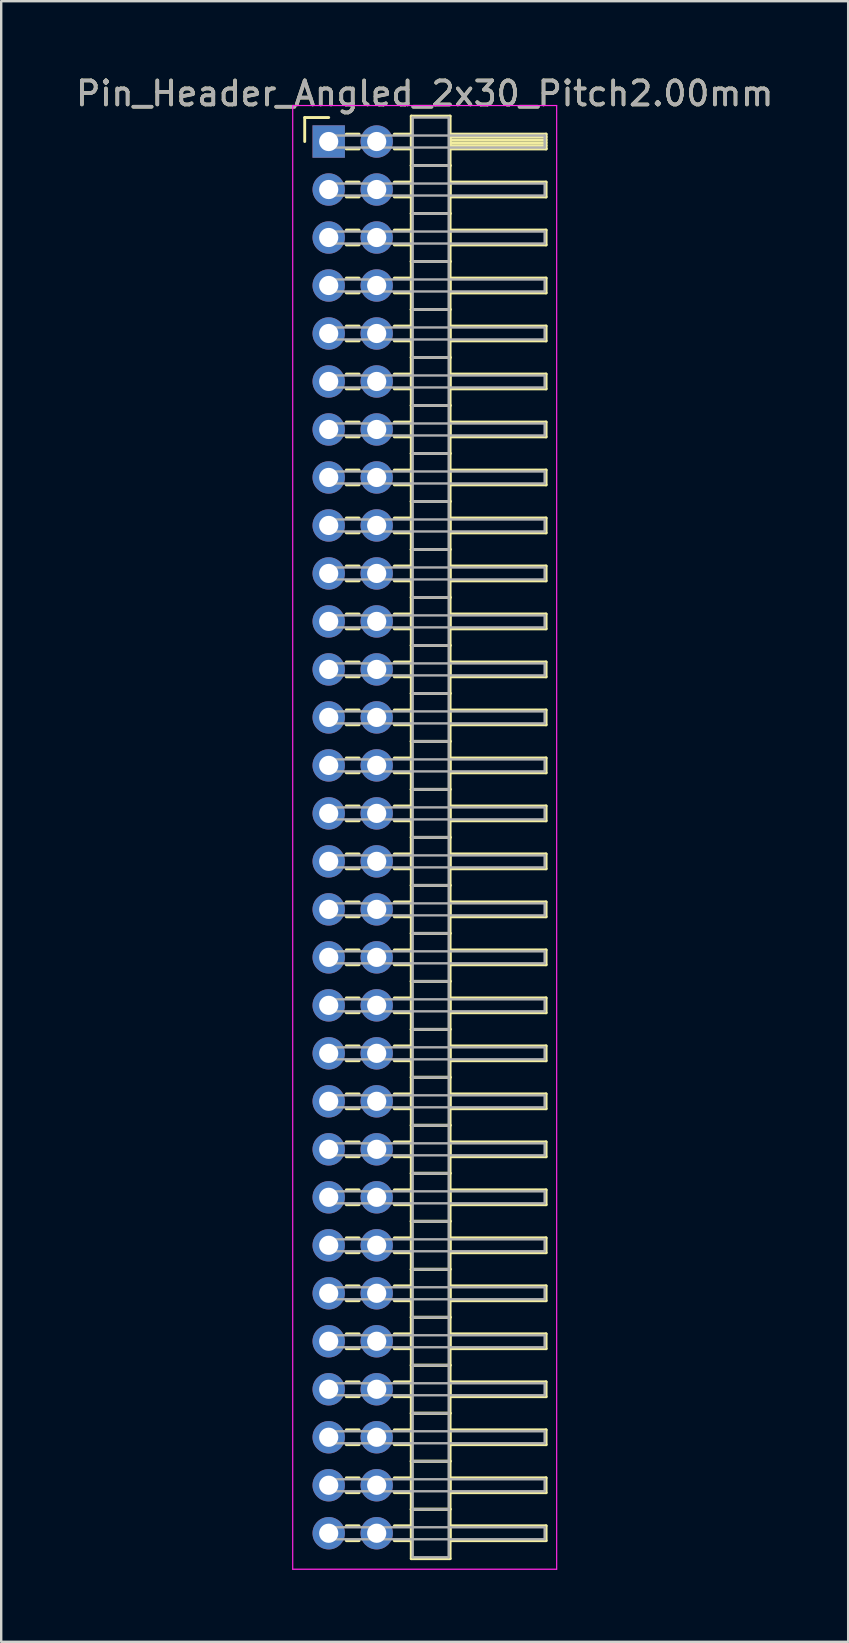
<source format=kicad_pcb>
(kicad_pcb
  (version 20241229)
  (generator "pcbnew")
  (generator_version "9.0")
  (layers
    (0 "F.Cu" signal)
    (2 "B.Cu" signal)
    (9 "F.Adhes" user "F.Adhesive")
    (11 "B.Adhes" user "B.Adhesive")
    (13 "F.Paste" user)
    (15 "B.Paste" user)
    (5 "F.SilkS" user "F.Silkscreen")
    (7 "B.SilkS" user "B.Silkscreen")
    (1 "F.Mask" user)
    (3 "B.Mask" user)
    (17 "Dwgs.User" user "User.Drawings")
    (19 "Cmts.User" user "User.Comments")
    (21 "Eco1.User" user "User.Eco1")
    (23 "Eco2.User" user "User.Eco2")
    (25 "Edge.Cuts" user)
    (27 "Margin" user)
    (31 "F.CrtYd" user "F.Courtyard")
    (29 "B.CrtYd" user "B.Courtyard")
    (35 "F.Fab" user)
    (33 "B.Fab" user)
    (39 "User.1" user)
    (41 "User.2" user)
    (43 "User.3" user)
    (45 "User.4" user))
  (footprint "Pin_Header_Angled_2x30_Pitch2.00mm"
    (layer "F.Cu")
    (at 10.649 2.848)
    (property "Reference" "Pin_Header_Angled_2x30_Pitch2.00mm" (at 4 -2 0) (layer "F.SilkS") (effects (font (size 1 1) (thickness 0.15))))
    (attr through_hole)
    (fp_line (start -1 -1) (end 0 -1) (stroke (width 0.12) (type solid)) (layer "F.SilkS"))
    (fp_line (start -1 0) (end -1 -1) (stroke (width 0.12) (type solid)) (layer "F.SilkS"))
    (fp_line (start 0.735 -0.31) (end 1.265 -0.31) (stroke (width 0.12) (type solid)) (layer "F.SilkS"))
    (fp_line (start 0.735 0.31) (end 1.265 0.31) (stroke (width 0.12) (type solid)) (layer "F.SilkS"))
    (fp_line (start 0.735 1.69) (end 1.265 1.69) (stroke (width 0.12) (type solid)) (layer "F.SilkS"))
    (fp_line (start 0.735 2.31) (end 1.265 2.31) (stroke (width 0.12) (type solid)) (layer "F.SilkS"))
    (fp_line (start 0.735 3.69) (end 1.265 3.69) (stroke (width 0.12) (type solid)) (layer "F.SilkS"))
    (fp_line (start 0.735 4.31) (end 1.265 4.31) (stroke (width 0.12) (type solid)) (layer "F.SilkS"))
    (fp_line (start 0.735 5.69) (end 1.265 5.69) (stroke (width 0.12) (type solid)) (layer "F.SilkS"))
    (fp_line (start 0.735 6.31) (end 1.265 6.31) (stroke (width 0.12) (type solid)) (layer "F.SilkS"))
    (fp_line (start 0.735 7.69) (end 1.265 7.69) (stroke (width 0.12) (type solid)) (layer "F.SilkS"))
    (fp_line (start 0.735 8.31) (end 1.265 8.31) (stroke (width 0.12) (type solid)) (layer "F.SilkS"))
    (fp_line (start 0.735 9.69) (end 1.265 9.69) (stroke (width 0.12) (type solid)) (layer "F.SilkS"))
    (fp_line (start 0.735 10.31) (end 1.265 10.31) (stroke (width 0.12) (type solid)) (layer "F.SilkS"))
    (fp_line (start 0.735 11.69) (end 1.265 11.69) (stroke (width 0.12) (type solid)) (layer "F.SilkS"))
    (fp_line (start 0.735 12.31) (end 1.265 12.31) (stroke (width 0.12) (type solid)) (layer "F.SilkS"))
    (fp_line (start 0.735 13.69) (end 1.265 13.69) (stroke (width 0.12) (type solid)) (layer "F.SilkS"))
    (fp_line (start 0.735 14.31) (end 1.265 14.31) (stroke (width 0.12) (type solid)) (layer "F.SilkS"))
    (fp_line (start 0.735 15.69) (end 1.265 15.69) (stroke (width 0.12) (type solid)) (layer "F.SilkS"))
    (fp_line (start 0.735 16.31) (end 1.265 16.31) (stroke (width 0.12) (type solid)) (layer "F.SilkS"))
    (fp_line (start 0.735 17.69) (end 1.265 17.69) (stroke (width 0.12) (type solid)) (layer "F.SilkS"))
    (fp_line (start 0.735 18.31) (end 1.265 18.31) (stroke (width 0.12) (type solid)) (layer "F.SilkS"))
    (fp_line (start 0.735 19.69) (end 1.265 19.69) (stroke (width 0.12) (type solid)) (layer "F.SilkS"))
    (fp_line (start 0.735 20.31) (end 1.265 20.31) (stroke (width 0.12) (type solid)) (layer "F.SilkS"))
    (fp_line (start 0.735 21.69) (end 1.265 21.69) (stroke (width 0.12) (type solid)) (layer "F.SilkS"))
    (fp_line (start 0.735 22.31) (end 1.265 22.31) (stroke (width 0.12) (type solid)) (layer "F.SilkS"))
    (fp_line (start 0.735 23.69) (end 1.265 23.69) (stroke (width 0.12) (type solid)) (layer "F.SilkS"))
    (fp_line (start 0.735 24.31) (end 1.265 24.31) (stroke (width 0.12) (type solid)) (layer "F.SilkS"))
    (fp_line (start 0.735 25.69) (end 1.265 25.69) (stroke (width 0.12) (type solid)) (layer "F.SilkS"))
    (fp_line (start 0.735 26.31) (end 1.265 26.31) (stroke (width 0.12) (type solid)) (layer "F.SilkS"))
    (fp_line (start 0.735 27.69) (end 1.265 27.69) (stroke (width 0.12) (type solid)) (layer "F.SilkS"))
    (fp_line (start 0.735 28.31) (end 1.265 28.31) (stroke (width 0.12) (type solid)) (layer "F.SilkS"))
    (fp_line (start 0.735 29.69) (end 1.265 29.69) (stroke (width 0.12) (type solid)) (layer "F.SilkS"))
    (fp_line (start 0.735 30.31) (end 1.265 30.31) (stroke (width 0.12) (type solid)) (layer "F.SilkS"))
    (fp_line (start 0.735 31.69) (end 1.265 31.69) (stroke (width 0.12) (type solid)) (layer "F.SilkS"))
    (fp_line (start 0.735 32.31) (end 1.265 32.31) (stroke (width 0.12) (type solid)) (layer "F.SilkS"))
    (fp_line (start 0.735 33.69) (end 1.265 33.69) (stroke (width 0.12) (type solid)) (layer "F.SilkS"))
    (fp_line (start 0.735 34.31) (end 1.265 34.31) (stroke (width 0.12) (type solid)) (layer "F.SilkS"))
    (fp_line (start 0.735 35.69) (end 1.265 35.69) (stroke (width 0.12) (type solid)) (layer "F.SilkS"))
    (fp_line (start 0.735 36.31) (end 1.265 36.31) (stroke (width 0.12) (type solid)) (layer "F.SilkS"))
    (fp_line (start 0.735 37.69) (end 1.265 37.69) (stroke (width 0.12) (type solid)) (layer "F.SilkS"))
    (fp_line (start 0.735 38.31) (end 1.265 38.31) (stroke (width 0.12) (type solid)) (layer "F.SilkS"))
    (fp_line (start 0.735 39.69) (end 1.265 39.69) (stroke (width 0.12) (type solid)) (layer "F.SilkS"))
    (fp_line (start 0.735 40.31) (end 1.265 40.31) (stroke (width 0.12) (type solid)) (layer "F.SilkS"))
    (fp_line (start 0.735 41.69) (end 1.265 41.69) (stroke (width 0.12) (type solid)) (layer "F.SilkS"))
    (fp_line (start 0.735 42.31) (end 1.265 42.31) (stroke (width 0.12) (type solid)) (layer "F.SilkS"))
    (fp_line (start 0.735 43.69) (end 1.265 43.69) (stroke (width 0.12) (type solid)) (layer "F.SilkS"))
    (fp_line (start 0.735 44.31) (end 1.265 44.31) (stroke (width 0.12) (type solid)) (layer "F.SilkS"))
    (fp_line (start 0.735 45.69) (end 1.265 45.69) (stroke (width 0.12) (type solid)) (layer "F.SilkS"))
    (fp_line (start 0.735 46.31) (end 1.265 46.31) (stroke (width 0.12) (type solid)) (layer "F.SilkS"))
    (fp_line (start 0.735 47.69) (end 1.265 47.69) (stroke (width 0.12) (type solid)) (layer "F.SilkS"))
    (fp_line (start 0.735 48.31) (end 1.265 48.31) (stroke (width 0.12) (type solid)) (layer "F.SilkS"))
    (fp_line (start 0.735 49.69) (end 1.265 49.69) (stroke (width 0.12) (type solid)) (layer "F.SilkS"))
    (fp_line (start 0.735 50.31) (end 1.265 50.31) (stroke (width 0.12) (type solid)) (layer "F.SilkS"))
    (fp_line (start 0.735 51.69) (end 1.265 51.69) (stroke (width 0.12) (type solid)) (layer "F.SilkS"))
    (fp_line (start 0.735 52.31) (end 1.265 52.31) (stroke (width 0.12) (type solid)) (layer "F.SilkS"))
    (fp_line (start 0.735 53.69) (end 1.265 53.69) (stroke (width 0.12) (type solid)) (layer "F.SilkS"))
    (fp_line (start 0.735 54.31) (end 1.265 54.31) (stroke (width 0.12) (type solid)) (layer "F.SilkS"))
    (fp_line (start 0.735 55.69) (end 1.265 55.69) (stroke (width 0.12) (type solid)) (layer "F.SilkS"))
    (fp_line (start 0.735 56.31) (end 1.265 56.31) (stroke (width 0.12) (type solid)) (layer "F.SilkS"))
    (fp_line (start 0.735 57.69) (end 1.265 57.69) (stroke (width 0.12) (type solid)) (layer "F.SilkS"))
    (fp_line (start 0.735 58.31) (end 1.265 58.31) (stroke (width 0.12) (type solid)) (layer "F.SilkS"))
    (fp_line (start 2.735 -0.31) (end 3.44 -0.31) (stroke (width 0.12) (type solid)) (layer "F.SilkS"))
    (fp_line (start 2.735 0.31) (end 3.44 0.31) (stroke (width 0.12) (type solid)) (layer "F.SilkS"))
    (fp_line (start 2.735 1.69) (end 3.44 1.69) (stroke (width 0.12) (type solid)) (layer "F.SilkS"))
    (fp_line (start 2.735 2.31) (end 3.44 2.31) (stroke (width 0.12) (type solid)) (layer "F.SilkS"))
    (fp_line (start 2.735 3.69) (end 3.44 3.69) (stroke (width 0.12) (type solid)) (layer "F.SilkS"))
    (fp_line (start 2.735 4.31) (end 3.44 4.31) (stroke (width 0.12) (type solid)) (layer "F.SilkS"))
    (fp_line (start 2.735 5.69) (end 3.44 5.69) (stroke (width 0.12) (type solid)) (layer "F.SilkS"))
    (fp_line (start 2.735 6.31) (end 3.44 6.31) (stroke (width 0.12) (type solid)) (layer "F.SilkS"))
    (fp_line (start 2.735 7.69) (end 3.44 7.69) (stroke (width 0.12) (type solid)) (layer "F.SilkS"))
    (fp_line (start 2.735 8.31) (end 3.44 8.31) (stroke (width 0.12) (type solid)) (layer "F.SilkS"))
    (fp_line (start 2.735 9.69) (end 3.44 9.69) (stroke (width 0.12) (type solid)) (layer "F.SilkS"))
    (fp_line (start 2.735 10.31) (end 3.44 10.31) (stroke (width 0.12) (type solid)) (layer "F.SilkS"))
    (fp_line (start 2.735 11.69) (end 3.44 11.69) (stroke (width 0.12) (type solid)) (layer "F.SilkS"))
    (fp_line (start 2.735 12.31) (end 3.44 12.31) (stroke (width 0.12) (type solid)) (layer "F.SilkS"))
    (fp_line (start 2.735 13.69) (end 3.44 13.69) (stroke (width 0.12) (type solid)) (layer "F.SilkS"))
    (fp_line (start 2.735 14.31) (end 3.44 14.31) (stroke (width 0.12) (type solid)) (layer "F.SilkS"))
    (fp_line (start 2.735 15.69) (end 3.44 15.69) (stroke (width 0.12) (type solid)) (layer "F.SilkS"))
    (fp_line (start 2.735 16.31) (end 3.44 16.31) (stroke (width 0.12) (type solid)) (layer "F.SilkS"))
    (fp_line (start 2.735 17.69) (end 3.44 17.69) (stroke (width 0.12) (type solid)) (layer "F.SilkS"))
    (fp_line (start 2.735 18.31) (end 3.44 18.31) (stroke (width 0.12) (type solid)) (layer "F.SilkS"))
    (fp_line (start 2.735 19.69) (end 3.44 19.69) (stroke (width 0.12) (type solid)) (layer "F.SilkS"))
    (fp_line (start 2.735 20.31) (end 3.44 20.31) (stroke (width 0.12) (type solid)) (layer "F.SilkS"))
    (fp_line (start 2.735 21.69) (end 3.44 21.69) (stroke (width 0.12) (type solid)) (layer "F.SilkS"))
    (fp_line (start 2.735 22.31) (end 3.44 22.31) (stroke (width 0.12) (type solid)) (layer "F.SilkS"))
    (fp_line (start 2.735 23.69) (end 3.44 23.69) (stroke (width 0.12) (type solid)) (layer "F.SilkS"))
    (fp_line (start 2.735 24.31) (end 3.44 24.31) (stroke (width 0.12) (type solid)) (layer "F.SilkS"))
    (fp_line (start 2.735 25.69) (end 3.44 25.69) (stroke (width 0.12) (type solid)) (layer "F.SilkS"))
    (fp_line (start 2.735 26.31) (end 3.44 26.31) (stroke (width 0.12) (type solid)) (layer "F.SilkS"))
    (fp_line (start 2.735 27.69) (end 3.44 27.69) (stroke (width 0.12) (type solid)) (layer "F.SilkS"))
    (fp_line (start 2.735 28.31) (end 3.44 28.31) (stroke (width 0.12) (type solid)) (layer "F.SilkS"))
    (fp_line (start 2.735 29.69) (end 3.44 29.69) (stroke (width 0.12) (type solid)) (layer "F.SilkS"))
    (fp_line (start 2.735 30.31) (end 3.44 30.31) (stroke (width 0.12) (type solid)) (layer "F.SilkS"))
    (fp_line (start 2.735 31.69) (end 3.44 31.69) (stroke (width 0.12) (type solid)) (layer "F.SilkS"))
    (fp_line (start 2.735 32.31) (end 3.44 32.31) (stroke (width 0.12) (type solid)) (layer "F.SilkS"))
    (fp_line (start 2.735 33.69) (end 3.44 33.69) (stroke (width 0.12) (type solid)) (layer "F.SilkS"))
    (fp_line (start 2.735 34.31) (end 3.44 34.31) (stroke (width 0.12) (type solid)) (layer "F.SilkS"))
    (fp_line (start 2.735 35.69) (end 3.44 35.69) (stroke (width 0.12) (type solid)) (layer "F.SilkS"))
    (fp_line (start 2.735 36.31) (end 3.44 36.31) (stroke (width 0.12) (type solid)) (layer "F.SilkS"))
    (fp_line (start 2.735 37.69) (end 3.44 37.69) (stroke (width 0.12) (type solid)) (layer "F.SilkS"))
    (fp_line (start 2.735 38.31) (end 3.44 38.31) (stroke (width 0.12) (type solid)) (layer "F.SilkS"))
    (fp_line (start 2.735 39.69) (end 3.44 39.69) (stroke (width 0.12) (type solid)) (layer "F.SilkS"))
    (fp_line (start 2.735 40.31) (end 3.44 40.31) (stroke (width 0.12) (type solid)) (layer "F.SilkS"))
    (fp_line (start 2.735 41.69) (end 3.44 41.69) (stroke (width 0.12) (type solid)) (layer "F.SilkS"))
    (fp_line (start 2.735 42.31) (end 3.44 42.31) (stroke (width 0.12) (type solid)) (layer "F.SilkS"))
    (fp_line (start 2.735 43.69) (end 3.44 43.69) (stroke (width 0.12) (type solid)) (layer "F.SilkS"))
    (fp_line (start 2.735 44.31) (end 3.44 44.31) (stroke (width 0.12) (type solid)) (layer "F.SilkS"))
    (fp_line (start 2.735 45.69) (end 3.44 45.69) (stroke (width 0.12) (type solid)) (layer "F.SilkS"))
    (fp_line (start 2.735 46.31) (end 3.44 46.31) (stroke (width 0.12) (type solid)) (layer "F.SilkS"))
    (fp_line (start 2.735 47.69) (end 3.44 47.69) (stroke (width 0.12) (type solid)) (layer "F.SilkS"))
    (fp_line (start 2.735 48.31) (end 3.44 48.31) (stroke (width 0.12) (type solid)) (layer "F.SilkS"))
    (fp_line (start 2.735 49.69) (end 3.44 49.69) (stroke (width 0.12) (type solid)) (layer "F.SilkS"))
    (fp_line (start 2.735 50.31) (end 3.44 50.31) (stroke (width 0.12) (type solid)) (layer "F.SilkS"))
    (fp_line (start 2.735 51.69) (end 3.44 51.69) (stroke (width 0.12) (type solid)) (layer "F.SilkS"))
    (fp_line (start 2.735 52.31) (end 3.44 52.31) (stroke (width 0.12) (type solid)) (layer "F.SilkS"))
    (fp_line (start 2.735 53.69) (end 3.44 53.69) (stroke (width 0.12) (type solid)) (layer "F.SilkS"))
    (fp_line (start 2.735 54.31) (end 3.44 54.31) (stroke (width 0.12) (type solid)) (layer "F.SilkS"))
    (fp_line (start 2.735 55.69) (end 3.44 55.69) (stroke (width 0.12) (type solid)) (layer "F.SilkS"))
    (fp_line (start 2.735 56.31) (end 3.44 56.31) (stroke (width 0.12) (type solid)) (layer "F.SilkS"))
    (fp_line (start 2.735 57.69) (end 3.44 57.69) (stroke (width 0.12) (type solid)) (layer "F.SilkS"))
    (fp_line (start 2.735 58.31) (end 3.44 58.31) (stroke (width 0.12) (type solid)) (layer "F.SilkS"))
    (fp_line (start 3.44 -1.06) (end 3.44 1) (stroke (width 0.12) (type solid)) (layer "F.SilkS"))
    (fp_line (start 3.44 1) (end 3.44 3) (stroke (width 0.12) (type solid)) (layer "F.SilkS"))
    (fp_line (start 3.44 1) (end 5.06 1) (stroke (width 0.12) (type solid)) (layer "F.SilkS"))
    (fp_line (start 3.44 3) (end 3.44 5) (stroke (width 0.12) (type solid)) (layer "F.SilkS"))
    (fp_line (start 3.44 3) (end 5.06 3) (stroke (width 0.12) (type solid)) (layer "F.SilkS"))
    (fp_line (start 3.44 5) (end 3.44 7) (stroke (width 0.12) (type solid)) (layer "F.SilkS"))
    (fp_line (start 3.44 5) (end 5.06 5) (stroke (width 0.12) (type solid)) (layer "F.SilkS"))
    (fp_line (start 3.44 7) (end 3.44 9) (stroke (width 0.12) (type solid)) (layer "F.SilkS"))
    (fp_line (start 3.44 7) (end 5.06 7) (stroke (width 0.12) (type solid)) (layer "F.SilkS"))
    (fp_line (start 3.44 9) (end 3.44 11) (stroke (width 0.12) (type solid)) (layer "F.SilkS"))
    (fp_line (start 3.44 9) (end 5.06 9) (stroke (width 0.12) (type solid)) (layer "F.SilkS"))
    (fp_line (start 3.44 11) (end 3.44 13) (stroke (width 0.12) (type solid)) (layer "F.SilkS"))
    (fp_line (start 3.44 11) (end 5.06 11) (stroke (width 0.12) (type solid)) (layer "F.SilkS"))
    (fp_line (start 3.44 13) (end 3.44 15) (stroke (width 0.12) (type solid)) (layer "F.SilkS"))
    (fp_line (start 3.44 13) (end 5.06 13) (stroke (width 0.12) (type solid)) (layer "F.SilkS"))
    (fp_line (start 3.44 15) (end 3.44 17) (stroke (width 0.12) (type solid)) (layer "F.SilkS"))
    (fp_line (start 3.44 15) (end 5.06 15) (stroke (width 0.12) (type solid)) (layer "F.SilkS"))
    (fp_line (start 3.44 17) (end 3.44 19) (stroke (width 0.12) (type solid)) (layer "F.SilkS"))
    (fp_line (start 3.44 17) (end 5.06 17) (stroke (width 0.12) (type solid)) (layer "F.SilkS"))
    (fp_line (start 3.44 19) (end 3.44 21) (stroke (width 0.12) (type solid)) (layer "F.SilkS"))
    (fp_line (start 3.44 19) (end 5.06 19) (stroke (width 0.12) (type solid)) (layer "F.SilkS"))
    (fp_line (start 3.44 21) (end 3.44 23) (stroke (width 0.12) (type solid)) (layer "F.SilkS"))
    (fp_line (start 3.44 21) (end 5.06 21) (stroke (width 0.12) (type solid)) (layer "F.SilkS"))
    (fp_line (start 3.44 23) (end 3.44 25) (stroke (width 0.12) (type solid)) (layer "F.SilkS"))
    (fp_line (start 3.44 23) (end 5.06 23) (stroke (width 0.12) (type solid)) (layer "F.SilkS"))
    (fp_line (start 3.44 25) (end 3.44 27) (stroke (width 0.12) (type solid)) (layer "F.SilkS"))
    (fp_line (start 3.44 25) (end 5.06 25) (stroke (width 0.12) (type solid)) (layer "F.SilkS"))
    (fp_line (start 3.44 27) (end 3.44 29) (stroke (width 0.12) (type solid)) (layer "F.SilkS"))
    (fp_line (start 3.44 27) (end 5.06 27) (stroke (width 0.12) (type solid)) (layer "F.SilkS"))
    (fp_line (start 3.44 29) (end 3.44 31) (stroke (width 0.12) (type solid)) (layer "F.SilkS"))
    (fp_line (start 3.44 29) (end 5.06 29) (stroke (width 0.12) (type solid)) (layer "F.SilkS"))
    (fp_line (start 3.44 31) (end 3.44 33) (stroke (width 0.12) (type solid)) (layer "F.SilkS"))
    (fp_line (start 3.44 31) (end 5.06 31) (stroke (width 0.12) (type solid)) (layer "F.SilkS"))
    (fp_line (start 3.44 33) (end 3.44 35) (stroke (width 0.12) (type solid)) (layer "F.SilkS"))
    (fp_line (start 3.44 33) (end 5.06 33) (stroke (width 0.12) (type solid)) (layer "F.SilkS"))
    (fp_line (start 3.44 35) (end 3.44 37) (stroke (width 0.12) (type solid)) (layer "F.SilkS"))
    (fp_line (start 3.44 35) (end 5.06 35) (stroke (width 0.12) (type solid)) (layer "F.SilkS"))
    (fp_line (start 3.44 37) (end 3.44 39) (stroke (width 0.12) (type solid)) (layer "F.SilkS"))
    (fp_line (start 3.44 37) (end 5.06 37) (stroke (width 0.12) (type solid)) (layer "F.SilkS"))
    (fp_line (start 3.44 39) (end 3.44 41) (stroke (width 0.12) (type solid)) (layer "F.SilkS"))
    (fp_line (start 3.44 39) (end 5.06 39) (stroke (width 0.12) (type solid)) (layer "F.SilkS"))
    (fp_line (start 3.44 41) (end 3.44 43) (stroke (width 0.12) (type solid)) (layer "F.SilkS"))
    (fp_line (start 3.44 41) (end 5.06 41) (stroke (width 0.12) (type solid)) (layer "F.SilkS"))
    (fp_line (start 3.44 43) (end 3.44 45) (stroke (width 0.12) (type solid)) (layer "F.SilkS"))
    (fp_line (start 3.44 43) (end 5.06 43) (stroke (width 0.12) (type solid)) (layer "F.SilkS"))
    (fp_line (start 3.44 45) (end 3.44 47) (stroke (width 0.12) (type solid)) (layer "F.SilkS"))
    (fp_line (start 3.44 45) (end 5.06 45) (stroke (width 0.12) (type solid)) (layer "F.SilkS"))
    (fp_line (start 3.44 47) (end 3.44 49) (stroke (width 0.12) (type solid)) (layer "F.SilkS"))
    (fp_line (start 3.44 47) (end 5.06 47) (stroke (width 0.12) (type solid)) (layer "F.SilkS"))
    (fp_line (start 3.44 49) (end 3.44 51) (stroke (width 0.12) (type solid)) (layer "F.SilkS"))
    (fp_line (start 3.44 49) (end 5.06 49) (stroke (width 0.12) (type solid)) (layer "F.SilkS"))
    (fp_line (start 3.44 51) (end 3.44 53) (stroke (width 0.12) (type solid)) (layer "F.SilkS"))
    (fp_line (start 3.44 51) (end 5.06 51) (stroke (width 0.12) (type solid)) (layer "F.SilkS"))
    (fp_line (start 3.44 53) (end 3.44 55) (stroke (width 0.12) (type solid)) (layer "F.SilkS"))
    (fp_line (start 3.44 53) (end 5.06 53) (stroke (width 0.12) (type solid)) (layer "F.SilkS"))
    (fp_line (start 3.44 55) (end 3.44 57) (stroke (width 0.12) (type solid)) (layer "F.SilkS"))
    (fp_line (start 3.44 55) (end 5.06 55) (stroke (width 0.12) (type solid)) (layer "F.SilkS"))
    (fp_line (start 3.44 57) (end 3.44 59.06) (stroke (width 0.12) (type solid)) (layer "F.SilkS"))
    (fp_line (start 3.44 57) (end 5.06 57) (stroke (width 0.12) (type solid)) (layer "F.SilkS"))
    (fp_line (start 3.44 59.06) (end 5.06 59.06) (stroke (width 0.12) (type solid)) (layer "F.SilkS"))
    (fp_line (start 5.06 -1.06) (end 3.44 -1.06) (stroke (width 0.12) (type solid)) (layer "F.SilkS"))
    (fp_line (start 5.06 -0.31) (end 5.06 0.31) (stroke (width 0.12) (type solid)) (layer "F.SilkS"))
    (fp_line (start 5.06 -0.19) (end 9.06 -0.19) (stroke (width 0.12) (type solid)) (layer "F.SilkS"))
    (fp_line (start 5.06 -0.07) (end 9.06 -0.07) (stroke (width 0.12) (type solid)) (layer "F.SilkS"))
    (fp_line (start 5.06 0.05) (end 9.06 0.05) (stroke (width 0.12) (type solid)) (layer "F.SilkS"))
    (fp_line (start 5.06 0.17) (end 9.06 0.17) (stroke (width 0.12) (type solid)) (layer "F.SilkS"))
    (fp_line (start 5.06 0.29) (end 9.06 0.29) (stroke (width 0.12) (type solid)) (layer "F.SilkS"))
    (fp_line (start 5.06 0.31) (end 9.06 0.31) (stroke (width 0.12) (type solid)) (layer "F.SilkS"))
    (fp_line (start 5.06 1) (end 3.44 1) (stroke (width 0.12) (type solid)) (layer "F.SilkS"))
    (fp_line (start 5.06 1) (end 5.06 -1.06) (stroke (width 0.12) (type solid)) (layer "F.SilkS"))
    (fp_line (start 5.06 1.69) (end 5.06 2.31) (stroke (width 0.12) (type solid)) (layer "F.SilkS"))
    (fp_line (start 5.06 2.31) (end 9.06 2.31) (stroke (width 0.12) (type solid)) (layer "F.SilkS"))
    (fp_line (start 5.06 3) (end 3.44 3) (stroke (width 0.12) (type solid)) (layer "F.SilkS"))
    (fp_line (start 5.06 3) (end 5.06 1) (stroke (width 0.12) (type solid)) (layer "F.SilkS"))
    (fp_line (start 5.06 3.69) (end 5.06 4.31) (stroke (width 0.12) (type solid)) (layer "F.SilkS"))
    (fp_line (start 5.06 4.31) (end 9.06 4.31) (stroke (width 0.12) (type solid)) (layer "F.SilkS"))
    (fp_line (start 5.06 5) (end 3.44 5) (stroke (width 0.12) (type solid)) (layer "F.SilkS"))
    (fp_line (start 5.06 5) (end 5.06 3) (stroke (width 0.12) (type solid)) (layer "F.SilkS"))
    (fp_line (start 5.06 5.69) (end 5.06 6.31) (stroke (width 0.12) (type solid)) (layer "F.SilkS"))
    (fp_line (start 5.06 6.31) (end 9.06 6.31) (stroke (width 0.12) (type solid)) (layer "F.SilkS"))
    (fp_line (start 5.06 7) (end 3.44 7) (stroke (width 0.12) (type solid)) (layer "F.SilkS"))
    (fp_line (start 5.06 7) (end 5.06 5) (stroke (width 0.12) (type solid)) (layer "F.SilkS"))
    (fp_line (start 5.06 7.69) (end 5.06 8.31) (stroke (width 0.12) (type solid)) (layer "F.SilkS"))
    (fp_line (start 5.06 8.31) (end 9.06 8.31) (stroke (width 0.12) (type solid)) (layer "F.SilkS"))
    (fp_line (start 5.06 9) (end 3.44 9) (stroke (width 0.12) (type solid)) (layer "F.SilkS"))
    (fp_line (start 5.06 9) (end 5.06 7) (stroke (width 0.12) (type solid)) (layer "F.SilkS"))
    (fp_line (start 5.06 9.69) (end 5.06 10.31) (stroke (width 0.12) (type solid)) (layer "F.SilkS"))
    (fp_line (start 5.06 10.31) (end 9.06 10.31) (stroke (width 0.12) (type solid)) (layer "F.SilkS"))
    (fp_line (start 5.06 11) (end 3.44 11) (stroke (width 0.12) (type solid)) (layer "F.SilkS"))
    (fp_line (start 5.06 11) (end 5.06 9) (stroke (width 0.12) (type solid)) (layer "F.SilkS"))
    (fp_line (start 5.06 11.69) (end 5.06 12.31) (stroke (width 0.12) (type solid)) (layer "F.SilkS"))
    (fp_line (start 5.06 12.31) (end 9.06 12.31) (stroke (width 0.12) (type solid)) (layer "F.SilkS"))
    (fp_line (start 5.06 13) (end 3.44 13) (stroke (width 0.12) (type solid)) (layer "F.SilkS"))
    (fp_line (start 5.06 13) (end 5.06 11) (stroke (width 0.12) (type solid)) (layer "F.SilkS"))
    (fp_line (start 5.06 13.69) (end 5.06 14.31) (stroke (width 0.12) (type solid)) (layer "F.SilkS"))
    (fp_line (start 5.06 14.31) (end 9.06 14.31) (stroke (width 0.12) (type solid)) (layer "F.SilkS"))
    (fp_line (start 5.06 15) (end 3.44 15) (stroke (width 0.12) (type solid)) (layer "F.SilkS"))
    (fp_line (start 5.06 15) (end 5.06 13) (stroke (width 0.12) (type solid)) (layer "F.SilkS"))
    (fp_line (start 5.06 15.69) (end 5.06 16.31) (stroke (width 0.12) (type solid)) (layer "F.SilkS"))
    (fp_line (start 5.06 16.31) (end 9.06 16.31) (stroke (width 0.12) (type solid)) (layer "F.SilkS"))
    (fp_line (start 5.06 17) (end 3.44 17) (stroke (width 0.12) (type solid)) (layer "F.SilkS"))
    (fp_line (start 5.06 17) (end 5.06 15) (stroke (width 0.12) (type solid)) (layer "F.SilkS"))
    (fp_line (start 5.06 17.69) (end 5.06 18.31) (stroke (width 0.12) (type solid)) (layer "F.SilkS"))
    (fp_line (start 5.06 18.31) (end 9.06 18.31) (stroke (width 0.12) (type solid)) (layer "F.SilkS"))
    (fp_line (start 5.06 19) (end 3.44 19) (stroke (width 0.12) (type solid)) (layer "F.SilkS"))
    (fp_line (start 5.06 19) (end 5.06 17) (stroke (width 0.12) (type solid)) (layer "F.SilkS"))
    (fp_line (start 5.06 19.69) (end 5.06 20.31) (stroke (width 0.12) (type solid)) (layer "F.SilkS"))
    (fp_line (start 5.06 20.31) (end 9.06 20.31) (stroke (width 0.12) (type solid)) (layer "F.SilkS"))
    (fp_line (start 5.06 21) (end 3.44 21) (stroke (width 0.12) (type solid)) (layer "F.SilkS"))
    (fp_line (start 5.06 21) (end 5.06 19) (stroke (width 0.12) (type solid)) (layer "F.SilkS"))
    (fp_line (start 5.06 21.69) (end 5.06 22.31) (stroke (width 0.12) (type solid)) (layer "F.SilkS"))
    (fp_line (start 5.06 22.31) (end 9.06 22.31) (stroke (width 0.12) (type solid)) (layer "F.SilkS"))
    (fp_line (start 5.06 23) (end 3.44 23) (stroke (width 0.12) (type solid)) (layer "F.SilkS"))
    (fp_line (start 5.06 23) (end 5.06 21) (stroke (width 0.12) (type solid)) (layer "F.SilkS"))
    (fp_line (start 5.06 23.69) (end 5.06 24.31) (stroke (width 0.12) (type solid)) (layer "F.SilkS"))
    (fp_line (start 5.06 24.31) (end 9.06 24.31) (stroke (width 0.12) (type solid)) (layer "F.SilkS"))
    (fp_line (start 5.06 25) (end 3.44 25) (stroke (width 0.12) (type solid)) (layer "F.SilkS"))
    (fp_line (start 5.06 25) (end 5.06 23) (stroke (width 0.12) (type solid)) (layer "F.SilkS"))
    (fp_line (start 5.06 25.69) (end 5.06 26.31) (stroke (width 0.12) (type solid)) (layer "F.SilkS"))
    (fp_line (start 5.06 26.31) (end 9.06 26.31) (stroke (width 0.12) (type solid)) (layer "F.SilkS"))
    (fp_line (start 5.06 27) (end 3.44 27) (stroke (width 0.12) (type solid)) (layer "F.SilkS"))
    (fp_line (start 5.06 27) (end 5.06 25) (stroke (width 0.12) (type solid)) (layer "F.SilkS"))
    (fp_line (start 5.06 27.69) (end 5.06 28.31) (stroke (width 0.12) (type solid)) (layer "F.SilkS"))
    (fp_line (start 5.06 28.31) (end 9.06 28.31) (stroke (width 0.12) (type solid)) (layer "F.SilkS"))
    (fp_line (start 5.06 29) (end 3.44 29) (stroke (width 0.12) (type solid)) (layer "F.SilkS"))
    (fp_line (start 5.06 29) (end 5.06 27) (stroke (width 0.12) (type solid)) (layer "F.SilkS"))
    (fp_line (start 5.06 29.69) (end 5.06 30.31) (stroke (width 0.12) (type solid)) (layer "F.SilkS"))
    (fp_line (start 5.06 30.31) (end 9.06 30.31) (stroke (width 0.12) (type solid)) (layer "F.SilkS"))
    (fp_line (start 5.06 31) (end 3.44 31) (stroke (width 0.12) (type solid)) (layer "F.SilkS"))
    (fp_line (start 5.06 31) (end 5.06 29) (stroke (width 0.12) (type solid)) (layer "F.SilkS"))
    (fp_line (start 5.06 31.69) (end 5.06 32.31) (stroke (width 0.12) (type solid)) (layer "F.SilkS"))
    (fp_line (start 5.06 32.31) (end 9.06 32.31) (stroke (width 0.12) (type solid)) (layer "F.SilkS"))
    (fp_line (start 5.06 33) (end 3.44 33) (stroke (width 0.12) (type solid)) (layer "F.SilkS"))
    (fp_line (start 5.06 33) (end 5.06 31) (stroke (width 0.12) (type solid)) (layer "F.SilkS"))
    (fp_line (start 5.06 33.69) (end 5.06 34.31) (stroke (width 0.12) (type solid)) (layer "F.SilkS"))
    (fp_line (start 5.06 34.31) (end 9.06 34.31) (stroke (width 0.12) (type solid)) (layer "F.SilkS"))
    (fp_line (start 5.06 35) (end 3.44 35) (stroke (width 0.12) (type solid)) (layer "F.SilkS"))
    (fp_line (start 5.06 35) (end 5.06 33) (stroke (width 0.12) (type solid)) (layer "F.SilkS"))
    (fp_line (start 5.06 35.69) (end 5.06 36.31) (stroke (width 0.12) (type solid)) (layer "F.SilkS"))
    (fp_line (start 5.06 36.31) (end 9.06 36.31) (stroke (width 0.12) (type solid)) (layer "F.SilkS"))
    (fp_line (start 5.06 37) (end 3.44 37) (stroke (width 0.12) (type solid)) (layer "F.SilkS"))
    (fp_line (start 5.06 37) (end 5.06 35) (stroke (width 0.12) (type solid)) (layer "F.SilkS"))
    (fp_line (start 5.06 37.69) (end 5.06 38.31) (stroke (width 0.12) (type solid)) (layer "F.SilkS"))
    (fp_line (start 5.06 38.31) (end 9.06 38.31) (stroke (width 0.12) (type solid)) (layer "F.SilkS"))
    (fp_line (start 5.06 39) (end 3.44 39) (stroke (width 0.12) (type solid)) (layer "F.SilkS"))
    (fp_line (start 5.06 39) (end 5.06 37) (stroke (width 0.12) (type solid)) (layer "F.SilkS"))
    (fp_line (start 5.06 39.69) (end 5.06 40.31) (stroke (width 0.12) (type solid)) (layer "F.SilkS"))
    (fp_line (start 5.06 40.31) (end 9.06 40.31) (stroke (width 0.12) (type solid)) (layer "F.SilkS"))
    (fp_line (start 5.06 41) (end 3.44 41) (stroke (width 0.12) (type solid)) (layer "F.SilkS"))
    (fp_line (start 5.06 41) (end 5.06 39) (stroke (width 0.12) (type solid)) (layer "F.SilkS"))
    (fp_line (start 5.06 41.69) (end 5.06 42.31) (stroke (width 0.12) (type solid)) (layer "F.SilkS"))
    (fp_line (start 5.06 42.31) (end 9.06 42.31) (stroke (width 0.12) (type solid)) (layer "F.SilkS"))
    (fp_line (start 5.06 43) (end 3.44 43) (stroke (width 0.12) (type solid)) (layer "F.SilkS"))
    (fp_line (start 5.06 43) (end 5.06 41) (stroke (width 0.12) (type solid)) (layer "F.SilkS"))
    (fp_line (start 5.06 43.69) (end 5.06 44.31) (stroke (width 0.12) (type solid)) (layer "F.SilkS"))
    (fp_line (start 5.06 44.31) (end 9.06 44.31) (stroke (width 0.12) (type solid)) (layer "F.SilkS"))
    (fp_line (start 5.06 45) (end 3.44 45) (stroke (width 0.12) (type solid)) (layer "F.SilkS"))
    (fp_line (start 5.06 45) (end 5.06 43) (stroke (width 0.12) (type solid)) (layer "F.SilkS"))
    (fp_line (start 5.06 45.69) (end 5.06 46.31) (stroke (width 0.12) (type solid)) (layer "F.SilkS"))
    (fp_line (start 5.06 46.31) (end 9.06 46.31) (stroke (width 0.12) (type solid)) (layer "F.SilkS"))
    (fp_line (start 5.06 47) (end 3.44 47) (stroke (width 0.12) (type solid)) (layer "F.SilkS"))
    (fp_line (start 5.06 47) (end 5.06 45) (stroke (width 0.12) (type solid)) (layer "F.SilkS"))
    (fp_line (start 5.06 47.69) (end 5.06 48.31) (stroke (width 0.12) (type solid)) (layer "F.SilkS"))
    (fp_line (start 5.06 48.31) (end 9.06 48.31) (stroke (width 0.12) (type solid)) (layer "F.SilkS"))
    (fp_line (start 5.06 49) (end 3.44 49) (stroke (width 0.12) (type solid)) (layer "F.SilkS"))
    (fp_line (start 5.06 49) (end 5.06 47) (stroke (width 0.12) (type solid)) (layer "F.SilkS"))
    (fp_line (start 5.06 49.69) (end 5.06 50.31) (stroke (width 0.12) (type solid)) (layer "F.SilkS"))
    (fp_line (start 5.06 50.31) (end 9.06 50.31) (stroke (width 0.12) (type solid)) (layer "F.SilkS"))
    (fp_line (start 5.06 51) (end 3.44 51) (stroke (width 0.12) (type solid)) (layer "F.SilkS"))
    (fp_line (start 5.06 51) (end 5.06 49) (stroke (width 0.12) (type solid)) (layer "F.SilkS"))
    (fp_line (start 5.06 51.69) (end 5.06 52.31) (stroke (width 0.12) (type solid)) (layer "F.SilkS"))
    (fp_line (start 5.06 52.31) (end 9.06 52.31) (stroke (width 0.12) (type solid)) (layer "F.SilkS"))
    (fp_line (start 5.06 53) (end 3.44 53) (stroke (width 0.12) (type solid)) (layer "F.SilkS"))
    (fp_line (start 5.06 53) (end 5.06 51) (stroke (width 0.12) (type solid)) (layer "F.SilkS"))
    (fp_line (start 5.06 53.69) (end 5.06 54.31) (stroke (width 0.12) (type solid)) (layer "F.SilkS"))
    (fp_line (start 5.06 54.31) (end 9.06 54.31) (stroke (width 0.12) (type solid)) (layer "F.SilkS"))
    (fp_line (start 5.06 55) (end 3.44 55) (stroke (width 0.12) (type solid)) (layer "F.SilkS"))
    (fp_line (start 5.06 55) (end 5.06 53) (stroke (width 0.12) (type solid)) (layer "F.SilkS"))
    (fp_line (start 5.06 55.69) (end 5.06 56.31) (stroke (width 0.12) (type solid)) (layer "F.SilkS"))
    (fp_line (start 5.06 56.31) (end 9.06 56.31) (stroke (width 0.12) (type solid)) (layer "F.SilkS"))
    (fp_line (start 5.06 57) (end 3.44 57) (stroke (width 0.12) (type solid)) (layer "F.SilkS"))
    (fp_line (start 5.06 57) (end 5.06 55) (stroke (width 0.12) (type solid)) (layer "F.SilkS"))
    (fp_line (start 5.06 57.69) (end 5.06 58.31) (stroke (width 0.12) (type solid)) (layer "F.SilkS"))
    (fp_line (start 5.06 58.31) (end 9.06 58.31) (stroke (width 0.12) (type solid)) (layer "F.SilkS"))
    (fp_line (start 5.06 59.06) (end 5.06 57) (stroke (width 0.12) (type solid)) (layer "F.SilkS"))
    (fp_line (start 9.06 -0.31) (end 5.06 -0.31) (stroke (width 0.12) (type solid)) (layer "F.SilkS"))
    (fp_line (start 9.06 0.31) (end 9.06 -0.31) (stroke (width 0.12) (type solid)) (layer "F.SilkS"))
    (fp_line (start 9.06 1.69) (end 5.06 1.69) (stroke (width 0.12) (type solid)) (layer "F.SilkS"))
    (fp_line (start 9.06 2.31) (end 9.06 1.69) (stroke (width 0.12) (type solid)) (layer "F.SilkS"))
    (fp_line (start 9.06 3.69) (end 5.06 3.69) (stroke (width 0.12) (type solid)) (layer "F.SilkS"))
    (fp_line (start 9.06 4.31) (end 9.06 3.69) (stroke (width 0.12) (type solid)) (layer "F.SilkS"))
    (fp_line (start 9.06 5.69) (end 5.06 5.69) (stroke (width 0.12) (type solid)) (layer "F.SilkS"))
    (fp_line (start 9.06 6.31) (end 9.06 5.69) (stroke (width 0.12) (type solid)) (layer "F.SilkS"))
    (fp_line (start 9.06 7.69) (end 5.06 7.69) (stroke (width 0.12) (type solid)) (layer "F.SilkS"))
    (fp_line (start 9.06 8.31) (end 9.06 7.69) (stroke (width 0.12) (type solid)) (layer "F.SilkS"))
    (fp_line (start 9.06 9.69) (end 5.06 9.69) (stroke (width 0.12) (type solid)) (layer "F.SilkS"))
    (fp_line (start 9.06 10.31) (end 9.06 9.69) (stroke (width 0.12) (type solid)) (layer "F.SilkS"))
    (fp_line (start 9.06 11.69) (end 5.06 11.69) (stroke (width 0.12) (type solid)) (layer "F.SilkS"))
    (fp_line (start 9.06 12.31) (end 9.06 11.69) (stroke (width 0.12) (type solid)) (layer "F.SilkS"))
    (fp_line (start 9.06 13.69) (end 5.06 13.69) (stroke (width 0.12) (type solid)) (layer "F.SilkS"))
    (fp_line (start 9.06 14.31) (end 9.06 13.69) (stroke (width 0.12) (type solid)) (layer "F.SilkS"))
    (fp_line (start 9.06 15.69) (end 5.06 15.69) (stroke (width 0.12) (type solid)) (layer "F.SilkS"))
    (fp_line (start 9.06 16.31) (end 9.06 15.69) (stroke (width 0.12) (type solid)) (layer "F.SilkS"))
    (fp_line (start 9.06 17.69) (end 5.06 17.69) (stroke (width 0.12) (type solid)) (layer "F.SilkS"))
    (fp_line (start 9.06 18.31) (end 9.06 17.69) (stroke (width 0.12) (type solid)) (layer "F.SilkS"))
    (fp_line (start 9.06 19.69) (end 5.06 19.69) (stroke (width 0.12) (type solid)) (layer "F.SilkS"))
    (fp_line (start 9.06 20.31) (end 9.06 19.69) (stroke (width 0.12) (type solid)) (layer "F.SilkS"))
    (fp_line (start 9.06 21.69) (end 5.06 21.69) (stroke (width 0.12) (type solid)) (layer "F.SilkS"))
    (fp_line (start 9.06 22.31) (end 9.06 21.69) (stroke (width 0.12) (type solid)) (layer "F.SilkS"))
    (fp_line (start 9.06 23.69) (end 5.06 23.69) (stroke (width 0.12) (type solid)) (layer "F.SilkS"))
    (fp_line (start 9.06 24.31) (end 9.06 23.69) (stroke (width 0.12) (type solid)) (layer "F.SilkS"))
    (fp_line (start 9.06 25.69) (end 5.06 25.69) (stroke (width 0.12) (type solid)) (layer "F.SilkS"))
    (fp_line (start 9.06 26.31) (end 9.06 25.69) (stroke (width 0.12) (type solid)) (layer "F.SilkS"))
    (fp_line (start 9.06 27.69) (end 5.06 27.69) (stroke (width 0.12) (type solid)) (layer "F.SilkS"))
    (fp_line (start 9.06 28.31) (end 9.06 27.69) (stroke (width 0.12) (type solid)) (layer "F.SilkS"))
    (fp_line (start 9.06 29.69) (end 5.06 29.69) (stroke (width 0.12) (type solid)) (layer "F.SilkS"))
    (fp_line (start 9.06 30.31) (end 9.06 29.69) (stroke (width 0.12) (type solid)) (layer "F.SilkS"))
    (fp_line (start 9.06 31.69) (end 5.06 31.69) (stroke (width 0.12) (type solid)) (layer "F.SilkS"))
    (fp_line (start 9.06 32.31) (end 9.06 31.69) (stroke (width 0.12) (type solid)) (layer "F.SilkS"))
    (fp_line (start 9.06 33.69) (end 5.06 33.69) (stroke (width 0.12) (type solid)) (layer "F.SilkS"))
    (fp_line (start 9.06 34.31) (end 9.06 33.69) (stroke (width 0.12) (type solid)) (layer "F.SilkS"))
    (fp_line (start 9.06 35.69) (end 5.06 35.69) (stroke (width 0.12) (type solid)) (layer "F.SilkS"))
    (fp_line (start 9.06 36.31) (end 9.06 35.69) (stroke (width 0.12) (type solid)) (layer "F.SilkS"))
    (fp_line (start 9.06 37.69) (end 5.06 37.69) (stroke (width 0.12) (type solid)) (layer "F.SilkS"))
    (fp_line (start 9.06 38.31) (end 9.06 37.69) (stroke (width 0.12) (type solid)) (layer "F.SilkS"))
    (fp_line (start 9.06 39.69) (end 5.06 39.69) (stroke (width 0.12) (type solid)) (layer "F.SilkS"))
    (fp_line (start 9.06 40.31) (end 9.06 39.69) (stroke (width 0.12) (type solid)) (layer "F.SilkS"))
    (fp_line (start 9.06 41.69) (end 5.06 41.69) (stroke (width 0.12) (type solid)) (layer "F.SilkS"))
    (fp_line (start 9.06 42.31) (end 9.06 41.69) (stroke (width 0.12) (type solid)) (layer "F.SilkS"))
    (fp_line (start 9.06 43.69) (end 5.06 43.69) (stroke (width 0.12) (type solid)) (layer "F.SilkS"))
    (fp_line (start 9.06 44.31) (end 9.06 43.69) (stroke (width 0.12) (type solid)) (layer "F.SilkS"))
    (fp_line (start 9.06 45.69) (end 5.06 45.69) (stroke (width 0.12) (type solid)) (layer "F.SilkS"))
    (fp_line (start 9.06 46.31) (end 9.06 45.69) (stroke (width 0.12) (type solid)) (layer "F.SilkS"))
    (fp_line (start 9.06 47.69) (end 5.06 47.69) (stroke (width 0.12) (type solid)) (layer "F.SilkS"))
    (fp_line (start 9.06 48.31) (end 9.06 47.69) (stroke (width 0.12) (type solid)) (layer "F.SilkS"))
    (fp_line (start 9.06 49.69) (end 5.06 49.69) (stroke (width 0.12) (type solid)) (layer "F.SilkS"))
    (fp_line (start 9.06 50.31) (end 9.06 49.69) (stroke (width 0.12) (type solid)) (layer "F.SilkS"))
    (fp_line (start 9.06 51.69) (end 5.06 51.69) (stroke (width 0.12) (type solid)) (layer "F.SilkS"))
    (fp_line (start 9.06 52.31) (end 9.06 51.69) (stroke (width 0.12) (type solid)) (layer "F.SilkS"))
    (fp_line (start 9.06 53.69) (end 5.06 53.69) (stroke (width 0.12) (type solid)) (layer "F.SilkS"))
    (fp_line (start 9.06 54.31) (end 9.06 53.69) (stroke (width 0.12) (type solid)) (layer "F.SilkS"))
    (fp_line (start 9.06 55.69) (end 5.06 55.69) (stroke (width 0.12) (type solid)) (layer "F.SilkS"))
    (fp_line (start 9.06 56.31) (end 9.06 55.69) (stroke (width 0.12) (type solid)) (layer "F.SilkS"))
    (fp_line (start 9.06 57.69) (end 5.06 57.69) (stroke (width 0.12) (type solid)) (layer "F.SilkS"))
    (fp_line (start 9.06 58.31) (end 9.06 57.69) (stroke (width 0.12) (type solid)) (layer "F.SilkS"))
    (fp_line (start -1.5 -1.5) (end -1.5 59.5) (stroke (width 0.05) (type solid)) (layer "F.CrtYd"))
    (fp_line (start -1.5 59.5) (end 9.5 59.5) (stroke (width 0.05) (type solid)) (layer "F.CrtYd"))
    (fp_line (start 9.5 -1.5) (end -1.5 -1.5) (stroke (width 0.05) (type solid)) (layer "F.CrtYd"))
    (fp_line (start 9.5 59.5) (end 9.5 -1.5) (stroke (width 0.05) (type solid)) (layer "F.CrtYd"))
    (fp_line (start 0 -0.25) (end 0 0.25) (stroke (width 0.1) (type solid)) (layer "F.Fab"))
    (fp_line (start 0 0.25) (end 9 0.25) (stroke (width 0.1) (type solid)) (layer "F.Fab"))
    (fp_line (start 0 1.75) (end 0 2.25) (stroke (width 0.1) (type solid)) (layer "F.Fab"))
    (fp_line (start 0 2.25) (end 9 2.25) (stroke (width 0.1) (type solid)) (layer "F.Fab"))
    (fp_line (start 0 3.75) (end 0 4.25) (stroke (width 0.1) (type solid)) (layer "F.Fab"))
    (fp_line (start 0 4.25) (end 9 4.25) (stroke (width 0.1) (type solid)) (layer "F.Fab"))
    (fp_line (start 0 5.75) (end 0 6.25) (stroke (width 0.1) (type solid)) (layer "F.Fab"))
    (fp_line (start 0 6.25) (end 9 6.25) (stroke (width 0.1) (type solid)) (layer "F.Fab"))
    (fp_line (start 0 7.75) (end 0 8.25) (stroke (width 0.1) (type solid)) (layer "F.Fab"))
    (fp_line (start 0 8.25) (end 9 8.25) (stroke (width 0.1) (type solid)) (layer "F.Fab"))
    (fp_line (start 0 9.75) (end 0 10.25) (stroke (width 0.1) (type solid)) (layer "F.Fab"))
    (fp_line (start 0 10.25) (end 9 10.25) (stroke (width 0.1) (type solid)) (layer "F.Fab"))
    (fp_line (start 0 11.75) (end 0 12.25) (stroke (width 0.1) (type solid)) (layer "F.Fab"))
    (fp_line (start 0 12.25) (end 9 12.25) (stroke (width 0.1) (type solid)) (layer "F.Fab"))
    (fp_line (start 0 13.75) (end 0 14.25) (stroke (width 0.1) (type solid)) (layer "F.Fab"))
    (fp_line (start 0 14.25) (end 9 14.25) (stroke (width 0.1) (type solid)) (layer "F.Fab"))
    (fp_line (start 0 15.75) (end 0 16.25) (stroke (width 0.1) (type solid)) (layer "F.Fab"))
    (fp_line (start 0 16.25) (end 9 16.25) (stroke (width 0.1) (type solid)) (layer "F.Fab"))
    (fp_line (start 0 17.75) (end 0 18.25) (stroke (width 0.1) (type solid)) (layer "F.Fab"))
    (fp_line (start 0 18.25) (end 9 18.25) (stroke (width 0.1) (type solid)) (layer "F.Fab"))
    (fp_line (start 0 19.75) (end 0 20.25) (stroke (width 0.1) (type solid)) (layer "F.Fab"))
    (fp_line (start 0 20.25) (end 9 20.25) (stroke (width 0.1) (type solid)) (layer "F.Fab"))
    (fp_line (start 0 21.75) (end 0 22.25) (stroke (width 0.1) (type solid)) (layer "F.Fab"))
    (fp_line (start 0 22.25) (end 9 22.25) (stroke (width 0.1) (type solid)) (layer "F.Fab"))
    (fp_line (start 0 23.75) (end 0 24.25) (stroke (width 0.1) (type solid)) (layer "F.Fab"))
    (fp_line (start 0 24.25) (end 9 24.25) (stroke (width 0.1) (type solid)) (layer "F.Fab"))
    (fp_line (start 0 25.75) (end 0 26.25) (stroke (width 0.1) (type solid)) (layer "F.Fab"))
    (fp_line (start 0 26.25) (end 9 26.25) (stroke (width 0.1) (type solid)) (layer "F.Fab"))
    (fp_line (start 0 27.75) (end 0 28.25) (stroke (width 0.1) (type solid)) (layer "F.Fab"))
    (fp_line (start 0 28.25) (end 9 28.25) (stroke (width 0.1) (type solid)) (layer "F.Fab"))
    (fp_line (start 0 29.75) (end 0 30.25) (stroke (width 0.1) (type solid)) (layer "F.Fab"))
    (fp_line (start 0 30.25) (end 9 30.25) (stroke (width 0.1) (type solid)) (layer "F.Fab"))
    (fp_line (start 0 31.75) (end 0 32.25) (stroke (width 0.1) (type solid)) (layer "F.Fab"))
    (fp_line (start 0 32.25) (end 9 32.25) (stroke (width 0.1) (type solid)) (layer "F.Fab"))
    (fp_line (start 0 33.75) (end 0 34.25) (stroke (width 0.1) (type solid)) (layer "F.Fab"))
    (fp_line (start 0 34.25) (end 9 34.25) (stroke (width 0.1) (type solid)) (layer "F.Fab"))
    (fp_line (start 0 35.75) (end 0 36.25) (stroke (width 0.1) (type solid)) (layer "F.Fab"))
    (fp_line (start 0 36.25) (end 9 36.25) (stroke (width 0.1) (type solid)) (layer "F.Fab"))
    (fp_line (start 0 37.75) (end 0 38.25) (stroke (width 0.1) (type solid)) (layer "F.Fab"))
    (fp_line (start 0 38.25) (end 9 38.25) (stroke (width 0.1) (type solid)) (layer "F.Fab"))
    (fp_line (start 0 39.75) (end 0 40.25) (stroke (width 0.1) (type solid)) (layer "F.Fab"))
    (fp_line (start 0 40.25) (end 9 40.25) (stroke (width 0.1) (type solid)) (layer "F.Fab"))
    (fp_line (start 0 41.75) (end 0 42.25) (stroke (width 0.1) (type solid)) (layer "F.Fab"))
    (fp_line (start 0 42.25) (end 9 42.25) (stroke (width 0.1) (type solid)) (layer "F.Fab"))
    (fp_line (start 0 43.75) (end 0 44.25) (stroke (width 0.1) (type solid)) (layer "F.Fab"))
    (fp_line (start 0 44.25) (end 9 44.25) (stroke (width 0.1) (type solid)) (layer "F.Fab"))
    (fp_line (start 0 45.75) (end 0 46.25) (stroke (width 0.1) (type solid)) (layer "F.Fab"))
    (fp_line (start 0 46.25) (end 9 46.25) (stroke (width 0.1) (type solid)) (layer "F.Fab"))
    (fp_line (start 0 47.75) (end 0 48.25) (stroke (width 0.1) (type solid)) (layer "F.Fab"))
    (fp_line (start 0 48.25) (end 9 48.25) (stroke (width 0.1) (type solid)) (layer "F.Fab"))
    (fp_line (start 0 49.75) (end 0 50.25) (stroke (width 0.1) (type solid)) (layer "F.Fab"))
    (fp_line (start 0 50.25) (end 9 50.25) (stroke (width 0.1) (type solid)) (layer "F.Fab"))
    (fp_line (start 0 51.75) (end 0 52.25) (stroke (width 0.1) (type solid)) (layer "F.Fab"))
    (fp_line (start 0 52.25) (end 9 52.25) (stroke (width 0.1) (type solid)) (layer "F.Fab"))
    (fp_line (start 0 53.75) (end 0 54.25) (stroke (width 0.1) (type solid)) (layer "F.Fab"))
    (fp_line (start 0 54.25) (end 9 54.25) (stroke (width 0.1) (type solid)) (layer "F.Fab"))
    (fp_line (start 0 55.75) (end 0 56.25) (stroke (width 0.1) (type solid)) (layer "F.Fab"))
    (fp_line (start 0 56.25) (end 9 56.25) (stroke (width 0.1) (type solid)) (layer "F.Fab"))
    (fp_line (start 0 57.75) (end 0 58.25) (stroke (width 0.1) (type solid)) (layer "F.Fab"))
    (fp_line (start 0 58.25) (end 9 58.25) (stroke (width 0.1) (type solid)) (layer "F.Fab"))
    (fp_line (start 3.5 -1) (end 3.5 1) (stroke (width 0.1) (type solid)) (layer "F.Fab"))
    (fp_line (start 3.5 1) (end 3.5 3) (stroke (width 0.1) (type solid)) (layer "F.Fab"))
    (fp_line (start 3.5 1) (end 5 1) (stroke (width 0.1) (type solid)) (layer "F.Fab"))
    (fp_line (start 3.5 3) (end 3.5 5) (stroke (width 0.1) (type solid)) (layer "F.Fab"))
    (fp_line (start 3.5 3) (end 5 3) (stroke (width 0.1) (type solid)) (layer "F.Fab"))
    (fp_line (start 3.5 5) (end 3.5 7) (stroke (width 0.1) (type solid)) (layer "F.Fab"))
    (fp_line (start 3.5 5) (end 5 5) (stroke (width 0.1) (type solid)) (layer "F.Fab"))
    (fp_line (start 3.5 7) (end 3.5 9) (stroke (width 0.1) (type solid)) (layer "F.Fab"))
    (fp_line (start 3.5 7) (end 5 7) (stroke (width 0.1) (type solid)) (layer "F.Fab"))
    (fp_line (start 3.5 9) (end 3.5 11) (stroke (width 0.1) (type solid)) (layer "F.Fab"))
    (fp_line (start 3.5 9) (end 5 9) (stroke (width 0.1) (type solid)) (layer "F.Fab"))
    (fp_line (start 3.5 11) (end 3.5 13) (stroke (width 0.1) (type solid)) (layer "F.Fab"))
    (fp_line (start 3.5 11) (end 5 11) (stroke (width 0.1) (type solid)) (layer "F.Fab"))
    (fp_line (start 3.5 13) (end 3.5 15) (stroke (width 0.1) (type solid)) (layer "F.Fab"))
    (fp_line (start 3.5 13) (end 5 13) (stroke (width 0.1) (type solid)) (layer "F.Fab"))
    (fp_line (start 3.5 15) (end 3.5 17) (stroke (width 0.1) (type solid)) (layer "F.Fab"))
    (fp_line (start 3.5 15) (end 5 15) (stroke (width 0.1) (type solid)) (layer "F.Fab"))
    (fp_line (start 3.5 17) (end 3.5 19) (stroke (width 0.1) (type solid)) (layer "F.Fab"))
    (fp_line (start 3.5 17) (end 5 17) (stroke (width 0.1) (type solid)) (layer "F.Fab"))
    (fp_line (start 3.5 19) (end 3.5 21) (stroke (width 0.1) (type solid)) (layer "F.Fab"))
    (fp_line (start 3.5 19) (end 5 19) (stroke (width 0.1) (type solid)) (layer "F.Fab"))
    (fp_line (start 3.5 21) (end 3.5 23) (stroke (width 0.1) (type solid)) (layer "F.Fab"))
    (fp_line (start 3.5 21) (end 5 21) (stroke (width 0.1) (type solid)) (layer "F.Fab"))
    (fp_line (start 3.5 23) (end 3.5 25) (stroke (width 0.1) (type solid)) (layer "F.Fab"))
    (fp_line (start 3.5 23) (end 5 23) (stroke (width 0.1) (type solid)) (layer "F.Fab"))
    (fp_line (start 3.5 25) (end 3.5 27) (stroke (width 0.1) (type solid)) (layer "F.Fab"))
    (fp_line (start 3.5 25) (end 5 25) (stroke (width 0.1) (type solid)) (layer "F.Fab"))
    (fp_line (start 3.5 27) (end 3.5 29) (stroke (width 0.1) (type solid)) (layer "F.Fab"))
    (fp_line (start 3.5 27) (end 5 27) (stroke (width 0.1) (type solid)) (layer "F.Fab"))
    (fp_line (start 3.5 29) (end 3.5 31) (stroke (width 0.1) (type solid)) (layer "F.Fab"))
    (fp_line (start 3.5 29) (end 5 29) (stroke (width 0.1) (type solid)) (layer "F.Fab"))
    (fp_line (start 3.5 31) (end 3.5 33) (stroke (width 0.1) (type solid)) (layer "F.Fab"))
    (fp_line (start 3.5 31) (end 5 31) (stroke (width 0.1) (type solid)) (layer "F.Fab"))
    (fp_line (start 3.5 33) (end 3.5 35) (stroke (width 0.1) (type solid)) (layer "F.Fab"))
    (fp_line (start 3.5 33) (end 5 33) (stroke (width 0.1) (type solid)) (layer "F.Fab"))
    (fp_line (start 3.5 35) (end 3.5 37) (stroke (width 0.1) (type solid)) (layer "F.Fab"))
    (fp_line (start 3.5 35) (end 5 35) (stroke (width 0.1) (type solid)) (layer "F.Fab"))
    (fp_line (start 3.5 37) (end 3.5 39) (stroke (width 0.1) (type solid)) (layer "F.Fab"))
    (fp_line (start 3.5 37) (end 5 37) (stroke (width 0.1) (type solid)) (layer "F.Fab"))
    (fp_line (start 3.5 39) (end 3.5 41) (stroke (width 0.1) (type solid)) (layer "F.Fab"))
    (fp_line (start 3.5 39) (end 5 39) (stroke (width 0.1) (type solid)) (layer "F.Fab"))
    (fp_line (start 3.5 41) (end 3.5 43) (stroke (width 0.1) (type solid)) (layer "F.Fab"))
    (fp_line (start 3.5 41) (end 5 41) (stroke (width 0.1) (type solid)) (layer "F.Fab"))
    (fp_line (start 3.5 43) (end 3.5 45) (stroke (width 0.1) (type solid)) (layer "F.Fab"))
    (fp_line (start 3.5 43) (end 5 43) (stroke (width 0.1) (type solid)) (layer "F.Fab"))
    (fp_line (start 3.5 45) (end 3.5 47) (stroke (width 0.1) (type solid)) (layer "F.Fab"))
    (fp_line (start 3.5 45) (end 5 45) (stroke (width 0.1) (type solid)) (layer "F.Fab"))
    (fp_line (start 3.5 47) (end 3.5 49) (stroke (width 0.1) (type solid)) (layer "F.Fab"))
    (fp_line (start 3.5 47) (end 5 47) (stroke (width 0.1) (type solid)) (layer "F.Fab"))
    (fp_line (start 3.5 49) (end 3.5 51) (stroke (width 0.1) (type solid)) (layer "F.Fab"))
    (fp_line (start 3.5 49) (end 5 49) (stroke (width 0.1) (type solid)) (layer "F.Fab"))
    (fp_line (start 3.5 51) (end 3.5 53) (stroke (width 0.1) (type solid)) (layer "F.Fab"))
    (fp_line (start 3.5 51) (end 5 51) (stroke (width 0.1) (type solid)) (layer "F.Fab"))
    (fp_line (start 3.5 53) (end 3.5 55) (stroke (width 0.1) (type solid)) (layer "F.Fab"))
    (fp_line (start 3.5 53) (end 5 53) (stroke (width 0.1) (type solid)) (layer "F.Fab"))
    (fp_line (start 3.5 55) (end 3.5 57) (stroke (width 0.1) (type solid)) (layer "F.Fab"))
    (fp_line (start 3.5 55) (end 5 55) (stroke (width 0.1) (type solid)) (layer "F.Fab"))
    (fp_line (start 3.5 57) (end 3.5 59) (stroke (width 0.1) (type solid)) (layer "F.Fab"))
    (fp_line (start 3.5 57) (end 5 57) (stroke (width 0.1) (type solid)) (layer "F.Fab"))
    (fp_line (start 3.5 59) (end 5 59) (stroke (width 0.1) (type solid)) (layer "F.Fab"))
    (fp_line (start 5 -1) (end 3.5 -1) (stroke (width 0.1) (type solid)) (layer "F.Fab"))
    (fp_line (start 5 1) (end 3.5 1) (stroke (width 0.1) (type solid)) (layer "F.Fab"))
    (fp_line (start 5 1) (end 5 -1) (stroke (width 0.1) (type solid)) (layer "F.Fab"))
    (fp_line (start 5 3) (end 3.5 3) (stroke (width 0.1) (type solid)) (layer "F.Fab"))
    (fp_line (start 5 3) (end 5 1) (stroke (width 0.1) (type solid)) (layer "F.Fab"))
    (fp_line (start 5 5) (end 3.5 5) (stroke (width 0.1) (type solid)) (layer "F.Fab"))
    (fp_line (start 5 5) (end 5 3) (stroke (width 0.1) (type solid)) (layer "F.Fab"))
    (fp_line (start 5 7) (end 3.5 7) (stroke (width 0.1) (type solid)) (layer "F.Fab"))
    (fp_line (start 5 7) (end 5 5) (stroke (width 0.1) (type solid)) (layer "F.Fab"))
    (fp_line (start 5 9) (end 3.5 9) (stroke (width 0.1) (type solid)) (layer "F.Fab"))
    (fp_line (start 5 9) (end 5 7) (stroke (width 0.1) (type solid)) (layer "F.Fab"))
    (fp_line (start 5 11) (end 3.5 11) (stroke (width 0.1) (type solid)) (layer "F.Fab"))
    (fp_line (start 5 11) (end 5 9) (stroke (width 0.1) (type solid)) (layer "F.Fab"))
    (fp_line (start 5 13) (end 3.5 13) (stroke (width 0.1) (type solid)) (layer "F.Fab"))
    (fp_line (start 5 13) (end 5 11) (stroke (width 0.1) (type solid)) (layer "F.Fab"))
    (fp_line (start 5 15) (end 3.5 15) (stroke (width 0.1) (type solid)) (layer "F.Fab"))
    (fp_line (start 5 15) (end 5 13) (stroke (width 0.1) (type solid)) (layer "F.Fab"))
    (fp_line (start 5 17) (end 3.5 17) (stroke (width 0.1) (type solid)) (layer "F.Fab"))
    (fp_line (start 5 17) (end 5 15) (stroke (width 0.1) (type solid)) (layer "F.Fab"))
    (fp_line (start 5 19) (end 3.5 19) (stroke (width 0.1) (type solid)) (layer "F.Fab"))
    (fp_line (start 5 19) (end 5 17) (stroke (width 0.1) (type solid)) (layer "F.Fab"))
    (fp_line (start 5 21) (end 3.5 21) (stroke (width 0.1) (type solid)) (layer "F.Fab"))
    (fp_line (start 5 21) (end 5 19) (stroke (width 0.1) (type solid)) (layer "F.Fab"))
    (fp_line (start 5 23) (end 3.5 23) (stroke (width 0.1) (type solid)) (layer "F.Fab"))
    (fp_line (start 5 23) (end 5 21) (stroke (width 0.1) (type solid)) (layer "F.Fab"))
    (fp_line (start 5 25) (end 3.5 25) (stroke (width 0.1) (type solid)) (layer "F.Fab"))
    (fp_line (start 5 25) (end 5 23) (stroke (width 0.1) (type solid)) (layer "F.Fab"))
    (fp_line (start 5 27) (end 3.5 27) (stroke (width 0.1) (type solid)) (layer "F.Fab"))
    (fp_line (start 5 27) (end 5 25) (stroke (width 0.1) (type solid)) (layer "F.Fab"))
    (fp_line (start 5 29) (end 3.5 29) (stroke (width 0.1) (type solid)) (layer "F.Fab"))
    (fp_line (start 5 29) (end 5 27) (stroke (width 0.1) (type solid)) (layer "F.Fab"))
    (fp_line (start 5 31) (end 3.5 31) (stroke (width 0.1) (type solid)) (layer "F.Fab"))
    (fp_line (start 5 31) (end 5 29) (stroke (width 0.1) (type solid)) (layer "F.Fab"))
    (fp_line (start 5 33) (end 3.5 33) (stroke (width 0.1) (type solid)) (layer "F.Fab"))
    (fp_line (start 5 33) (end 5 31) (stroke (width 0.1) (type solid)) (layer "F.Fab"))
    (fp_line (start 5 35) (end 3.5 35) (stroke (width 0.1) (type solid)) (layer "F.Fab"))
    (fp_line (start 5 35) (end 5 33) (stroke (width 0.1) (type solid)) (layer "F.Fab"))
    (fp_line (start 5 37) (end 3.5 37) (stroke (width 0.1) (type solid)) (layer "F.Fab"))
    (fp_line (start 5 37) (end 5 35) (stroke (width 0.1) (type solid)) (layer "F.Fab"))
    (fp_line (start 5 39) (end 3.5 39) (stroke (width 0.1) (type solid)) (layer "F.Fab"))
    (fp_line (start 5 39) (end 5 37) (stroke (width 0.1) (type solid)) (layer "F.Fab"))
    (fp_line (start 5 41) (end 3.5 41) (stroke (width 0.1) (type solid)) (layer "F.Fab"))
    (fp_line (start 5 41) (end 5 39) (stroke (width 0.1) (type solid)) (layer "F.Fab"))
    (fp_line (start 5 43) (end 3.5 43) (stroke (width 0.1) (type solid)) (layer "F.Fab"))
    (fp_line (start 5 43) (end 5 41) (stroke (width 0.1) (type solid)) (layer "F.Fab"))
    (fp_line (start 5 45) (end 3.5 45) (stroke (width 0.1) (type solid)) (layer "F.Fab"))
    (fp_line (start 5 45) (end 5 43) (stroke (width 0.1) (type solid)) (layer "F.Fab"))
    (fp_line (start 5 47) (end 3.5 47) (stroke (width 0.1) (type solid)) (layer "F.Fab"))
    (fp_line (start 5 47) (end 5 45) (stroke (width 0.1) (type solid)) (layer "F.Fab"))
    (fp_line (start 5 49) (end 3.5 49) (stroke (width 0.1) (type solid)) (layer "F.Fab"))
    (fp_line (start 5 49) (end 5 47) (stroke (width 0.1) (type solid)) (layer "F.Fab"))
    (fp_line (start 5 51) (end 3.5 51) (stroke (width 0.1) (type solid)) (layer "F.Fab"))
    (fp_line (start 5 51) (end 5 49) (stroke (width 0.1) (type solid)) (layer "F.Fab"))
    (fp_line (start 5 53) (end 3.5 53) (stroke (width 0.1) (type solid)) (layer "F.Fab"))
    (fp_line (start 5 53) (end 5 51) (stroke (width 0.1) (type solid)) (layer "F.Fab"))
    (fp_line (start 5 55) (end 3.5 55) (stroke (width 0.1) (type solid)) (layer "F.Fab"))
    (fp_line (start 5 55) (end 5 53) (stroke (width 0.1) (type solid)) (layer "F.Fab"))
    (fp_line (start 5 57) (end 3.5 57) (stroke (width 0.1) (type solid)) (layer "F.Fab"))
    (fp_line (start 5 57) (end 5 55) (stroke (width 0.1) (type solid)) (layer "F.Fab"))
    (fp_line (start 5 59) (end 5 57) (stroke (width 0.1) (type solid)) (layer "F.Fab"))
    (fp_line (start 9 -0.25) (end 0 -0.25) (stroke (width 0.1) (type solid)) (layer "F.Fab"))
    (fp_line (start 9 0.25) (end 9 -0.25) (stroke (width 0.1) (type solid)) (layer "F.Fab"))
    (fp_line (start 9 1.75) (end 0 1.75) (stroke (width 0.1) (type solid)) (layer "F.Fab"))
    (fp_line (start 9 2.25) (end 9 1.75) (stroke (width 0.1) (type solid)) (layer "F.Fab"))
    (fp_line (start 9 3.75) (end 0 3.75) (stroke (width 0.1) (type solid)) (layer "F.Fab"))
    (fp_line (start 9 4.25) (end 9 3.75) (stroke (width 0.1) (type solid)) (layer "F.Fab"))
    (fp_line (start 9 5.75) (end 0 5.75) (stroke (width 0.1) (type solid)) (layer "F.Fab"))
    (fp_line (start 9 6.25) (end 9 5.75) (stroke (width 0.1) (type solid)) (layer "F.Fab"))
    (fp_line (start 9 7.75) (end 0 7.75) (stroke (width 0.1) (type solid)) (layer "F.Fab"))
    (fp_line (start 9 8.25) (end 9 7.75) (stroke (width 0.1) (type solid)) (layer "F.Fab"))
    (fp_line (start 9 9.75) (end 0 9.75) (stroke (width 0.1) (type solid)) (layer "F.Fab"))
    (fp_line (start 9 10.25) (end 9 9.75) (stroke (width 0.1) (type solid)) (layer "F.Fab"))
    (fp_line (start 9 11.75) (end 0 11.75) (stroke (width 0.1) (type solid)) (layer "F.Fab"))
    (fp_line (start 9 12.25) (end 9 11.75) (stroke (width 0.1) (type solid)) (layer "F.Fab"))
    (fp_line (start 9 13.75) (end 0 13.75) (stroke (width 0.1) (type solid)) (layer "F.Fab"))
    (fp_line (start 9 14.25) (end 9 13.75) (stroke (width 0.1) (type solid)) (layer "F.Fab"))
    (fp_line (start 9 15.75) (end 0 15.75) (stroke (width 0.1) (type solid)) (layer "F.Fab"))
    (fp_line (start 9 16.25) (end 9 15.75) (stroke (width 0.1) (type solid)) (layer "F.Fab"))
    (fp_line (start 9 17.75) (end 0 17.75) (stroke (width 0.1) (type solid)) (layer "F.Fab"))
    (fp_line (start 9 18.25) (end 9 17.75) (stroke (width 0.1) (type solid)) (layer "F.Fab"))
    (fp_line (start 9 19.75) (end 0 19.75) (stroke (width 0.1) (type solid)) (layer "F.Fab"))
    (fp_line (start 9 20.25) (end 9 19.75) (stroke (width 0.1) (type solid)) (layer "F.Fab"))
    (fp_line (start 9 21.75) (end 0 21.75) (stroke (width 0.1) (type solid)) (layer "F.Fab"))
    (fp_line (start 9 22.25) (end 9 21.75) (stroke (width 0.1) (type solid)) (layer "F.Fab"))
    (fp_line (start 9 23.75) (end 0 23.75) (stroke (width 0.1) (type solid)) (layer "F.Fab"))
    (fp_line (start 9 24.25) (end 9 23.75) (stroke (width 0.1) (type solid)) (layer "F.Fab"))
    (fp_line (start 9 25.75) (end 0 25.75) (stroke (width 0.1) (type solid)) (layer "F.Fab"))
    (fp_line (start 9 26.25) (end 9 25.75) (stroke (width 0.1) (type solid)) (layer "F.Fab"))
    (fp_line (start 9 27.75) (end 0 27.75) (stroke (width 0.1) (type solid)) (layer "F.Fab"))
    (fp_line (start 9 28.25) (end 9 27.75) (stroke (width 0.1) (type solid)) (layer "F.Fab"))
    (fp_line (start 9 29.75) (end 0 29.75) (stroke (width 0.1) (type solid)) (layer "F.Fab"))
    (fp_line (start 9 30.25) (end 9 29.75) (stroke (width 0.1) (type solid)) (layer "F.Fab"))
    (fp_line (start 9 31.75) (end 0 31.75) (stroke (width 0.1) (type solid)) (layer "F.Fab"))
    (fp_line (start 9 32.25) (end 9 31.75) (stroke (width 0.1) (type solid)) (layer "F.Fab"))
    (fp_line (start 9 33.75) (end 0 33.75) (stroke (width 0.1) (type solid)) (layer "F.Fab"))
    (fp_line (start 9 34.25) (end 9 33.75) (stroke (width 0.1) (type solid)) (layer "F.Fab"))
    (fp_line (start 9 35.75) (end 0 35.75) (stroke (width 0.1) (type solid)) (layer "F.Fab"))
    (fp_line (start 9 36.25) (end 9 35.75) (stroke (width 0.1) (type solid)) (layer "F.Fab"))
    (fp_line (start 9 37.75) (end 0 37.75) (stroke (width 0.1) (type solid)) (layer "F.Fab"))
    (fp_line (start 9 38.25) (end 9 37.75) (stroke (width 0.1) (type solid)) (layer "F.Fab"))
    (fp_line (start 9 39.75) (end 0 39.75) (stroke (width 0.1) (type solid)) (layer "F.Fab"))
    (fp_line (start 9 40.25) (end 9 39.75) (stroke (width 0.1) (type solid)) (layer "F.Fab"))
    (fp_line (start 9 41.75) (end 0 41.75) (stroke (width 0.1) (type solid)) (layer "F.Fab"))
    (fp_line (start 9 42.25) (end 9 41.75) (stroke (width 0.1) (type solid)) (layer "F.Fab"))
    (fp_line (start 9 43.75) (end 0 43.75) (stroke (width 0.1) (type solid)) (layer "F.Fab"))
    (fp_line (start 9 44.25) (end 9 43.75) (stroke (width 0.1) (type solid)) (layer "F.Fab"))
    (fp_line (start 9 45.75) (end 0 45.75) (stroke (width 0.1) (type solid)) (layer "F.Fab"))
    (fp_line (start 9 46.25) (end 9 45.75) (stroke (width 0.1) (type solid)) (layer "F.Fab"))
    (fp_line (start 9 47.75) (end 0 47.75) (stroke (width 0.1) (type solid)) (layer "F.Fab"))
    (fp_line (start 9 48.25) (end 9 47.75) (stroke (width 0.1) (type solid)) (layer "F.Fab"))
    (fp_line (start 9 49.75) (end 0 49.75) (stroke (width 0.1) (type solid)) (layer "F.Fab"))
    (fp_line (start 9 50.25) (end 9 49.75) (stroke (width 0.1) (type solid)) (layer "F.Fab"))
    (fp_line (start 9 51.75) (end 0 51.75) (stroke (width 0.1) (type solid)) (layer "F.Fab"))
    (fp_line (start 9 52.25) (end 9 51.75) (stroke (width 0.1) (type solid)) (layer "F.Fab"))
    (fp_line (start 9 53.75) (end 0 53.75) (stroke (width 0.1) (type solid)) (layer "F.Fab"))
    (fp_line (start 9 54.25) (end 9 53.75) (stroke (width 0.1) (type solid)) (layer "F.Fab"))
    (fp_line (start 9 55.75) (end 0 55.75) (stroke (width 0.1) (type solid)) (layer "F.Fab"))
    (fp_line (start 9 56.25) (end 9 55.75) (stroke (width 0.1) (type solid)) (layer "F.Fab"))
    (fp_line (start 9 57.75) (end 0 57.75) (stroke (width 0.1) (type solid)) (layer "F.Fab"))
    (fp_line (start 9 58.25) (end 9 57.75) (stroke (width 0.1) (type solid)) (layer "F.Fab"))
    (fp_text user "${REFERENCE}" (at 4 -2 0) (layer "F.Fab") (effects (font (size 1 1) (thickness 0.15))))
    (pad "1" thru_hole rect (at 0 0) (size 1.35 1.35) (drill 0.8) (layers "*.Cu" "*.Mask"))
    (pad "2" thru_hole oval (at 2 0) (size 1.35 1.35) (drill 0.8) (layers "*.Cu" "*.Mask"))
    (pad "3" thru_hole oval (at 0 2) (size 1.35 1.35) (drill 0.8) (layers "*.Cu" "*.Mask"))
    (pad "4" thru_hole oval (at 2 2) (size 1.35 1.35) (drill 0.8) (layers "*.Cu" "*.Mask"))
    (pad "5" thru_hole oval (at 0 4) (size 1.35 1.35) (drill 0.8) (layers "*.Cu" "*.Mask"))
    (pad "6" thru_hole oval (at 2 4) (size 1.35 1.35) (drill 0.8) (layers "*.Cu" "*.Mask"))
    (pad "7" thru_hole oval (at 0 6) (size 1.35 1.35) (drill 0.8) (layers "*.Cu" "*.Mask"))
    (pad "8" thru_hole oval (at 2 6) (size 1.35 1.35) (drill 0.8) (layers "*.Cu" "*.Mask"))
    (pad "9" thru_hole oval (at 0 8) (size 1.35 1.35) (drill 0.8) (layers "*.Cu" "*.Mask"))
    (pad "10" thru_hole oval (at 2 8) (size 1.35 1.35) (drill 0.8) (layers "*.Cu" "*.Mask"))
    (pad "11" thru_hole oval (at 0 10) (size 1.35 1.35) (drill 0.8) (layers "*.Cu" "*.Mask"))
    (pad "12" thru_hole oval (at 2 10) (size 1.35 1.35) (drill 0.8) (layers "*.Cu" "*.Mask"))
    (pad "13" thru_hole oval (at 0 12) (size 1.35 1.35) (drill 0.8) (layers "*.Cu" "*.Mask"))
    (pad "14" thru_hole oval (at 2 12) (size 1.35 1.35) (drill 0.8) (layers "*.Cu" "*.Mask"))
    (pad "15" thru_hole oval (at 0 14) (size 1.35 1.35) (drill 0.8) (layers "*.Cu" "*.Mask"))
    (pad "16" thru_hole oval (at 2 14) (size 1.35 1.35) (drill 0.8) (layers "*.Cu" "*.Mask"))
    (pad "17" thru_hole oval (at 0 16) (size 1.35 1.35) (drill 0.8) (layers "*.Cu" "*.Mask"))
    (pad "18" thru_hole oval (at 2 16) (size 1.35 1.35) (drill 0.8) (layers "*.Cu" "*.Mask"))
    (pad "19" thru_hole oval (at 0 18) (size 1.35 1.35) (drill 0.8) (layers "*.Cu" "*.Mask"))
    (pad "20" thru_hole oval (at 2 18) (size 1.35 1.35) (drill 0.8) (layers "*.Cu" "*.Mask"))
    (pad "21" thru_hole oval (at 0 20) (size 1.35 1.35) (drill 0.8) (layers "*.Cu" "*.Mask"))
    (pad "22" thru_hole oval (at 2 20) (size 1.35 1.35) (drill 0.8) (layers "*.Cu" "*.Mask"))
    (pad "23" thru_hole oval (at 0 22) (size 1.35 1.35) (drill 0.8) (layers "*.Cu" "*.Mask"))
    (pad "24" thru_hole oval (at 2 22) (size 1.35 1.35) (drill 0.8) (layers "*.Cu" "*.Mask"))
    (pad "25" thru_hole oval (at 0 24) (size 1.35 1.35) (drill 0.8) (layers "*.Cu" "*.Mask"))
    (pad "26" thru_hole oval (at 2 24) (size 1.35 1.35) (drill 0.8) (layers "*.Cu" "*.Mask"))
    (pad "27" thru_hole oval (at 0 26) (size 1.35 1.35) (drill 0.8) (layers "*.Cu" "*.Mask"))
    (pad "28" thru_hole oval (at 2 26) (size 1.35 1.35) (drill 0.8) (layers "*.Cu" "*.Mask"))
    (pad "29" thru_hole oval (at 0 28) (size 1.35 1.35) (drill 0.8) (layers "*.Cu" "*.Mask"))
    (pad "30" thru_hole oval (at 2 28) (size 1.35 1.35) (drill 0.8) (layers "*.Cu" "*.Mask"))
    (pad "31" thru_hole oval (at 0 30) (size 1.35 1.35) (drill 0.8) (layers "*.Cu" "*.Mask"))
    (pad "32" thru_hole oval (at 2 30) (size 1.35 1.35) (drill 0.8) (layers "*.Cu" "*.Mask"))
    (pad "33" thru_hole oval (at 0 32) (size 1.35 1.35) (drill 0.8) (layers "*.Cu" "*.Mask"))
    (pad "34" thru_hole oval (at 2 32) (size 1.35 1.35) (drill 0.8) (layers "*.Cu" "*.Mask"))
    (pad "35" thru_hole oval (at 0 34) (size 1.35 1.35) (drill 0.8) (layers "*.Cu" "*.Mask"))
    (pad "36" thru_hole oval (at 2 34) (size 1.35 1.35) (drill 0.8) (layers "*.Cu" "*.Mask"))
    (pad "37" thru_hole oval (at 0 36) (size 1.35 1.35) (drill 0.8) (layers "*.Cu" "*.Mask"))
    (pad "38" thru_hole oval (at 2 36) (size 1.35 1.35) (drill 0.8) (layers "*.Cu" "*.Mask"))
    (pad "39" thru_hole oval (at 0 38) (size 1.35 1.35) (drill 0.8) (layers "*.Cu" "*.Mask"))
    (pad "40" thru_hole oval (at 2 38) (size 1.35 1.35) (drill 0.8) (layers "*.Cu" "*.Mask"))
    (pad "41" thru_hole oval (at 0 40) (size 1.35 1.35) (drill 0.8) (layers "*.Cu" "*.Mask"))
    (pad "42" thru_hole oval (at 2 40) (size 1.35 1.35) (drill 0.8) (layers "*.Cu" "*.Mask"))
    (pad "43" thru_hole oval (at 0 42) (size 1.35 1.35) (drill 0.8) (layers "*.Cu" "*.Mask"))
    (pad "44" thru_hole oval (at 2 42) (size 1.35 1.35) (drill 0.8) (layers "*.Cu" "*.Mask"))
    (pad "45" thru_hole oval (at 0 44) (size 1.35 1.35) (drill 0.8) (layers "*.Cu" "*.Mask"))
    (pad "46" thru_hole oval (at 2 44) (size 1.35 1.35) (drill 0.8) (layers "*.Cu" "*.Mask"))
    (pad "47" thru_hole oval (at 0 46) (size 1.35 1.35) (drill 0.8) (layers "*.Cu" "*.Mask"))
    (pad "48" thru_hole oval (at 2 46) (size 1.35 1.35) (drill 0.8) (layers "*.Cu" "*.Mask"))
    (pad "49" thru_hole oval (at 0 48) (size 1.35 1.35) (drill 0.8) (layers "*.Cu" "*.Mask"))
    (pad "50" thru_hole oval (at 2 48) (size 1.35 1.35) (drill 0.8) (layers "*.Cu" "*.Mask"))
    (pad "51" thru_hole oval (at 0 50) (size 1.35 1.35) (drill 0.8) (layers "*.Cu" "*.Mask"))
    (pad "52" thru_hole oval (at 2 50) (size 1.35 1.35) (drill 0.8) (layers "*.Cu" "*.Mask"))
    (pad "53" thru_hole oval (at 0 52) (size 1.35 1.35) (drill 0.8) (layers "*.Cu" "*.Mask"))
    (pad "54" thru_hole oval (at 2 52) (size 1.35 1.35) (drill 0.8) (layers "*.Cu" "*.Mask"))
    (pad "55" thru_hole oval (at 0 54) (size 1.35 1.35) (drill 0.8) (layers "*.Cu" "*.Mask"))
    (pad "56" thru_hole oval (at 2 54) (size 1.35 1.35) (drill 0.8) (layers "*.Cu" "*.Mask"))
    (pad "57" thru_hole oval (at 0 56) (size 1.35 1.35) (drill 0.8) (layers "*.Cu" "*.Mask"))
    (pad "58" thru_hole oval (at 2 56) (size 1.35 1.35) (drill 0.8) (layers "*.Cu" "*.Mask"))
    (pad "59" thru_hole oval (at 0 58) (size 1.35 1.35) (drill 0.8) (layers "*.Cu" "*.Mask"))
    (pad "60" thru_hole oval (at 2 58) (size 1.35 1.35) (drill 0.8) (layers "*.Cu" "*.Mask")))
  (gr_rect
    (start -3 -3)
    (end 32.298 65.373)
    (stroke (width 0.1) (type default))
    (fill no)
    (layer "Edge.Cuts")))
</source>
